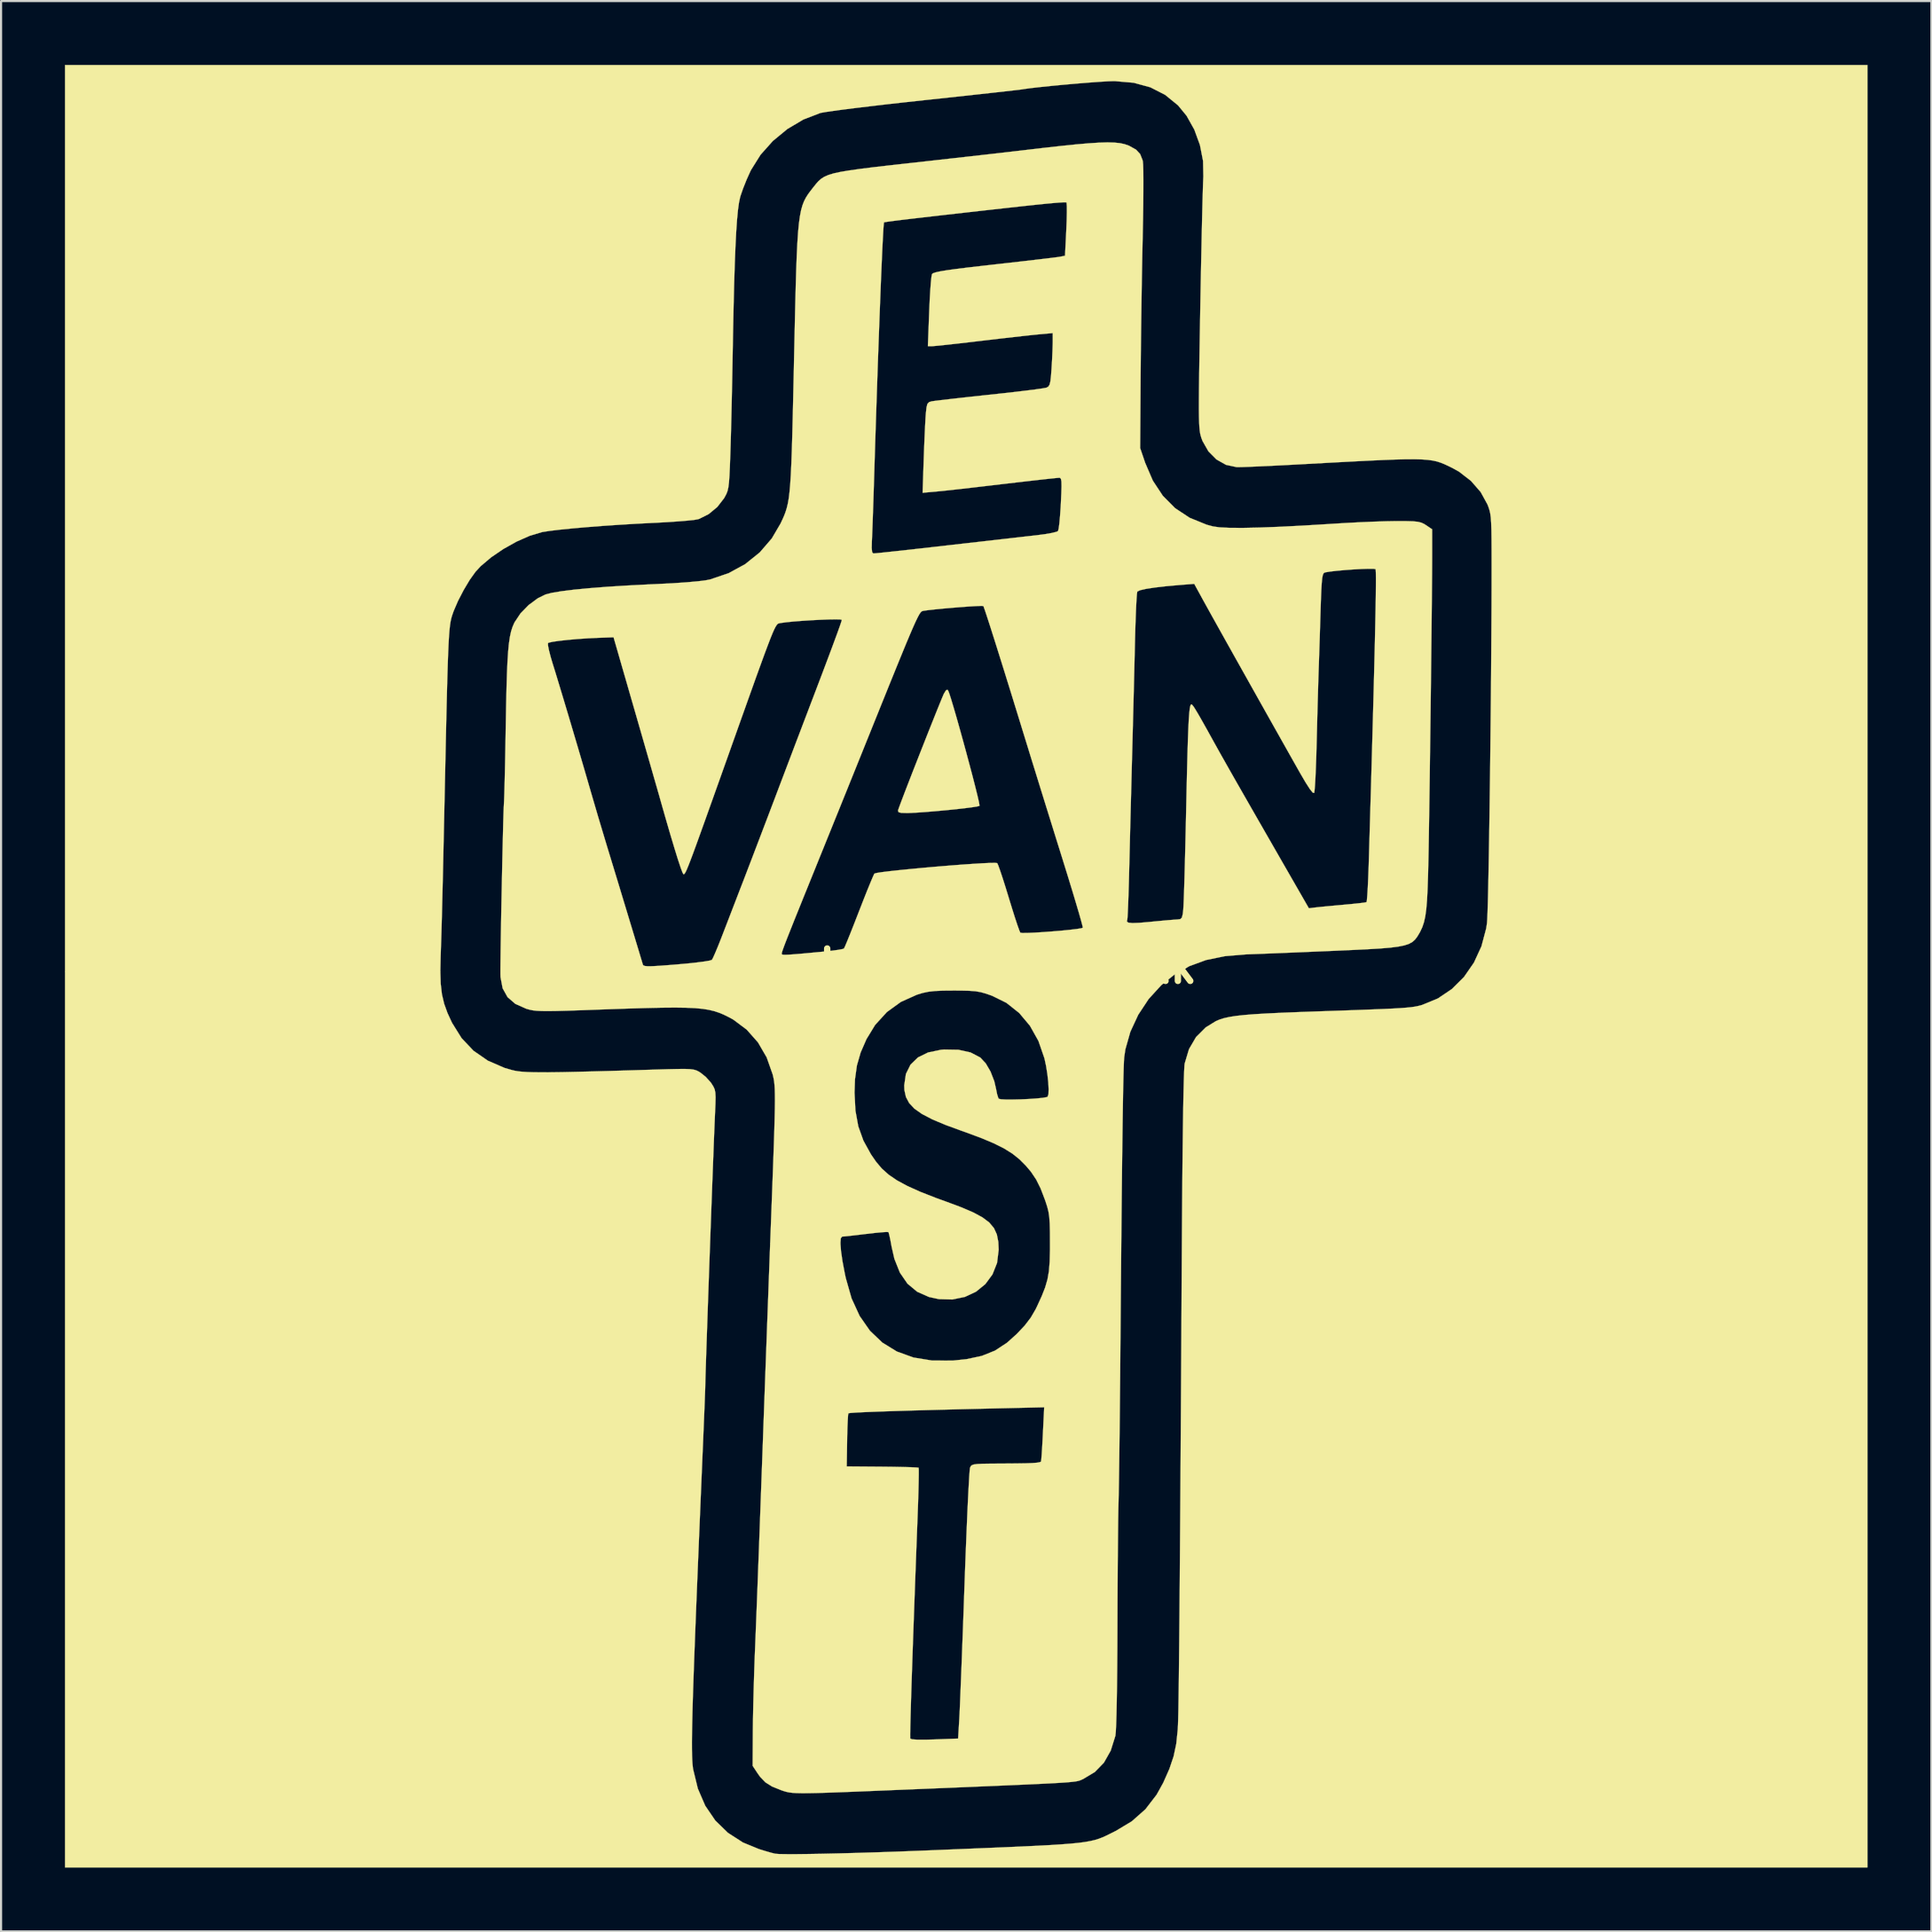
<source format=kicad_pcb>
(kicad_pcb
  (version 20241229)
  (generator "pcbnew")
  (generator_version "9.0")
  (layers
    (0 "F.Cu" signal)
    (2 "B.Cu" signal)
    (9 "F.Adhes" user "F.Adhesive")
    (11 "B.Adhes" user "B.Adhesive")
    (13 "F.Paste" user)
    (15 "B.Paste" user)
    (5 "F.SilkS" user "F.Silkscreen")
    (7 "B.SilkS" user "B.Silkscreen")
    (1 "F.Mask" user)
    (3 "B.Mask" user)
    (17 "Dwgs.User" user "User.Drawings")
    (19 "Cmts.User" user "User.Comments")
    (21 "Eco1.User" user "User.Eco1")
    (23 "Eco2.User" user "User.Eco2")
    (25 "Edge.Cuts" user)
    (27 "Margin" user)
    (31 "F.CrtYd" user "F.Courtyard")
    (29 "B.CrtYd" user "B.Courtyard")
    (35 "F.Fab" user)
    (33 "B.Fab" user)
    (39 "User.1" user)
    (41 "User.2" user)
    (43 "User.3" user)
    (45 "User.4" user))
  (footprint "east-van-inv-silk"
    (layer "F.Cu")
    (at 42.338 42.338)
    (property "Reference" "east-van-inv-silk" (at 0 0 0) (layer "F.SilkS") (effects (font (size 1.524 1.524) (thickness 0.3))))
    (attr through_hole)
    (fp_poly (pts (xy -0.849 -12.947) (xy -0.794 -12.806) (xy -0.706 -12.533) (xy -0.592 -12.152) (xy -0.457 -11.687) (xy -0.308 -11.161) (xy -0.152 -10.597) (xy 0.006 -10.019) (xy 0.158 -9.451) (xy 0.3 -8.915) (xy 0.423 -8.435) (xy 0.522 -8.035) (xy 0.591 -7.737) (xy 0.622 -7.566) (xy 0.622 -7.534) (xy 0.517 -7.505) (xy 0.275 -7.467) (xy -0.073 -7.422) (xy -0.497 -7.374) (xy -0.965 -7.327) (xy -1.446 -7.283) (xy -1.909 -7.245) (xy -2.323 -7.216) (xy -2.657 -7.199) (xy -2.798 -7.197) (xy -3.054 -7.204) (xy -3.178 -7.236) (xy -3.204 -7.306) (xy -3.196 -7.345) (xy -3.148 -7.482) (xy -3.047 -7.753) (xy -2.902 -8.134) (xy -2.722 -8.601) (xy -2.516 -9.131) (xy -2.293 -9.699) (xy -2.063 -10.283) (xy -1.836 -10.859) (xy -1.62 -11.402) (xy -1.425 -11.89) (xy -1.26 -12.299) (xy -1.135 -12.604) (xy -1.058 -12.783) (xy -1.045 -12.81) (xy -0.944 -12.97) (xy -0.875 -12.984) (xy -0.849 -12.947)) (stroke (width 0.01) (type solid)) (fill yes) (layer "F.SilkS"))
    (fp_poly (pts (xy 42.333 42.333) (xy -42.333 42.333) (xy -42.333 0.245) (xy -24.704 0.245) (xy -24.686 0.824) (xy -24.629 1.316) (xy -24.525 1.76) (xy -24.368 2.196) (xy -24.152 2.662) (xy -23.704 3.38) (xy -23.143 3.972) (xy -22.469 4.438) (xy -21.682 4.778) (xy -21.336 4.878) (xy -21.197 4.91) (xy -21.039 4.936) (xy -20.85 4.956) (xy -20.616 4.971) (xy -20.326 4.98) (xy -19.966 4.984) (xy -19.524 4.982) (xy -18.987 4.975) (xy -18.342 4.961) (xy -17.577 4.942) (xy -16.68 4.918) (xy -15.636 4.887) (xy -14.594 4.855) (xy -13.999 4.837) (xy -13.549 4.827) (xy -13.217 4.825) (xy -12.98 4.834) (xy -12.812 4.855) (xy -12.688 4.889) (xy -12.583 4.939) (xy -12.492 4.993) (xy -12.241 5.193) (xy -12.009 5.449) (xy -11.965 5.511) (xy -11.877 5.652) (xy -11.818 5.781) (xy -11.786 5.934) (xy -11.774 6.148) (xy -11.781 6.457) (xy -11.8 6.899) (xy -11.801 6.919) (xy -11.815 7.243) (xy -11.834 7.7) (xy -11.857 8.272) (xy -11.882 8.945) (xy -11.911 9.699) (xy -11.942 10.521) (xy -11.974 11.392) (xy -12.007 12.295) (xy -12.04 13.216) (xy -12.073 14.136) (xy -12.105 15.039) (xy -12.136 15.909) (xy -12.164 16.729) (xy -12.19 17.483) (xy -12.213 18.153) (xy -12.231 18.724) (xy -12.246 19.178) (xy -12.255 19.499) (xy -12.258 19.671) (xy -12.258 19.685) (xy -12.261 19.806) (xy -12.271 20.076) (xy -12.286 20.476) (xy -12.306 20.985) (xy -12.331 21.584) (xy -12.358 22.253) (xy -12.389 22.973) (xy -12.391 23.029) (xy -12.468 24.855) (xy -12.538 26.52) (xy -12.601 28.031) (xy -12.657 29.396) (xy -12.706 30.624) (xy -12.748 31.722) (xy -12.785 32.698) (xy -12.815 33.56) (xy -12.84 34.316) (xy -12.859 34.974) (xy -12.872 35.542) (xy -12.881 36.027) (xy -12.885 36.437) (xy -12.884 36.781) (xy -12.879 37.065) (xy -12.87 37.299) (xy -12.857 37.49) (xy -12.84 37.645) (xy -12.829 37.719) (xy -12.608 38.63) (xy -12.26 39.435) (xy -11.788 40.129) (xy -11.196 40.706) (xy -10.488 41.162) (xy -9.737 41.471) (xy -9.421 41.568) (xy -9.142 41.648) (xy -8.975 41.689) (xy -8.804 41.703) (xy -8.48 41.709) (xy -8.018 41.71) (xy -7.433 41.703) (xy -6.742 41.691) (xy -5.959 41.673) (xy -5.101 41.65) (xy -4.182 41.622) (xy -3.219 41.589) (xy -2.228 41.551) (xy -1.693 41.53) (xy -0.4 41.477) (xy 0.735 41.43) (xy 1.725 41.389) (xy 2.582 41.351) (xy 3.317 41.316) (xy 3.941 41.283) (xy 4.468 41.249) (xy 4.908 41.215) (xy 5.274 41.179) (xy 5.577 41.139) (xy 5.83 41.094) (xy 6.044 41.044) (xy 6.23 40.986) (xy 6.402 40.92) (xy 6.57 40.844) (xy 6.746 40.758) (xy 6.943 40.659) (xy 7.012 40.625) (xy 7.779 40.165) (xy 8.418 39.6) (xy 8.944 38.916) (xy 9.255 38.354) (xy 9.543 37.704) (xy 9.741 37.117) (xy 9.866 36.526) (xy 9.935 35.863) (xy 9.947 35.631) (xy 9.956 35.365) (xy 9.966 34.944) (xy 9.975 34.367) (xy 9.985 33.632) (xy 9.995 32.74) (xy 10.006 31.689) (xy 10.017 30.478) (xy 10.028 29.107) (xy 10.04 27.573) (xy 10.052 25.876) (xy 10.065 24.015) (xy 10.078 21.989) (xy 10.091 19.798) (xy 10.105 17.439) (xy 10.119 14.912) (xy 10.124 14.012) (xy 10.133 12.477) (xy 10.143 11.061) (xy 10.154 9.77) (xy 10.166 8.609) (xy 10.179 7.583) (xy 10.192 6.697) (xy 10.206 5.957) (xy 10.221 5.367) (xy 10.236 4.933) (xy 10.251 4.66) (xy 10.261 4.572) (xy 10.464 3.894) (xy 10.795 3.327) (xy 11.252 2.871) (xy 11.725 2.58) (xy 11.901 2.504) (xy 12.109 2.439) (xy 12.362 2.383) (xy 12.677 2.334) (xy 13.07 2.291) (xy 13.556 2.252) (xy 14.152 2.217) (xy 14.872 2.183) (xy 15.733 2.149) (xy 16.552 2.12) (xy 17.525 2.087) (xy 18.344 2.058) (xy 19.025 2.032) (xy 19.582 2.01) (xy 20.032 1.989) (xy 20.39 1.968) (xy 20.67 1.947) (xy 20.889 1.925) (xy 21.063 1.901) (xy 21.205 1.873) (xy 21.332 1.842) (xy 21.421 1.816) (xy 22.154 1.514) (xy 22.812 1.071) (xy 23.382 0.504) (xy 23.849 -0.17) (xy 24.201 -0.934) (xy 24.424 -1.771) (xy 24.461 -2.014) (xy 24.474 -2.193) (xy 24.488 -2.527) (xy 24.503 -3.004) (xy 24.518 -3.609) (xy 24.533 -4.329) (xy 24.548 -5.149) (xy 24.564 -6.057) (xy 24.579 -7.038) (xy 24.593 -8.08) (xy 24.608 -9.167) (xy 24.621 -10.287) (xy 24.633 -11.426) (xy 24.645 -12.571) (xy 24.655 -13.706) (xy 24.663 -14.82) (xy 24.67 -15.898) (xy 24.676 -16.926) (xy 24.679 -17.891) (xy 24.68 -18.78) (xy 24.68 -18.796) (xy 24.679 -19.502) (xy 24.676 -20.06) (xy 24.67 -20.494) (xy 24.658 -20.825) (xy 24.641 -21.075) (xy 24.615 -21.268) (xy 24.579 -21.424) (xy 24.533 -21.567) (xy 24.483 -21.696) (xy 24.165 -22.275) (xy 23.71 -22.797) (xy 23.151 -23.23) (xy 22.831 -23.408) (xy 22.637 -23.503) (xy 22.461 -23.584) (xy 22.291 -23.653) (xy 22.114 -23.71) (xy 21.916 -23.754) (xy 21.685 -23.786) (xy 21.406 -23.807) (xy 21.067 -23.816) (xy 20.655 -23.815) (xy 20.157 -23.802) (xy 19.559 -23.779) (xy 18.847 -23.746) (xy 18.01 -23.703) (xy 17.034 -23.651) (xy 15.905 -23.589) (xy 15.579 -23.571) (xy 14.92 -23.536) (xy 14.304 -23.505) (xy 13.754 -23.48) (xy 13.294 -23.46) (xy 12.948 -23.448) (xy 12.739 -23.444) (xy 12.704 -23.445) (xy 12.203 -23.552) (xy 11.752 -23.807) (xy 11.376 -24.187) (xy 11.099 -24.674) (xy 11.044 -24.821) (xy 11.015 -24.918) (xy 10.989 -25.024) (xy 10.969 -25.154) (xy 10.953 -25.319) (xy 10.941 -25.532) (xy 10.933 -25.807) (xy 10.929 -26.157) (xy 10.93 -26.594) (xy 10.934 -27.132) (xy 10.942 -27.784) (xy 10.954 -28.561) (xy 10.969 -29.478) (xy 10.988 -30.548) (xy 10.994 -30.903) (xy 11.012 -31.881) (xy 11.03 -32.822) (xy 11.049 -33.711) (xy 11.066 -34.53) (xy 11.083 -35.265) (xy 11.099 -35.9) (xy 11.114 -36.418) (xy 11.126 -36.805) (xy 11.136 -37.044) (xy 11.139 -37.092) (xy 11.125 -37.826) (xy 10.978 -38.576) (xy 10.715 -39.298) (xy 10.351 -39.949) (xy 9.949 -40.439) (xy 9.342 -40.933) (xy 8.649 -41.287) (xy 7.865 -41.501) (xy 6.985 -41.577) (xy 6.943 -41.578) (xy 6.666 -41.569) (xy 6.257 -41.545) (xy 5.752 -41.508) (xy 5.186 -41.462) (xy 4.596 -41.41) (xy 4.017 -41.355) (xy 3.485 -41.3) (xy 3.036 -41.249) (xy 2.706 -41.204) (xy 2.625 -41.19) (xy 2.501 -41.174) (xy 2.226 -41.142) (xy 1.816 -41.096) (xy 1.288 -41.037) (xy 0.657 -40.967) (xy -0.059 -40.889) (xy -0.844 -40.804) (xy -1.681 -40.714) (xy -1.99 -40.681) (xy -2.852 -40.587) (xy -3.676 -40.495) (xy -4.444 -40.405) (xy -5.139 -40.322) (xy -5.742 -40.246) (xy -6.235 -40.18) (xy -6.601 -40.126) (xy -6.823 -40.087) (xy -6.858 -40.079) (xy -7.65 -39.774) (xy -8.401 -39.329) (xy -9.082 -38.768) (xy -9.662 -38.118) (xy -10.109 -37.404) (xy -10.143 -37.334) (xy -10.319 -36.944) (xy -10.481 -36.539) (xy -10.601 -36.191) (xy -10.624 -36.11) (xy -10.676 -35.862) (xy -10.724 -35.516) (xy -10.767 -35.065) (xy -10.806 -34.499) (xy -10.841 -33.809) (xy -10.873 -32.989) (xy -10.903 -32.028) (xy -10.93 -30.918) (xy -10.956 -29.651) (xy -10.966 -29.083) (xy -10.981 -28.258) (xy -10.997 -27.413) (xy -11.015 -26.581) (xy -11.033 -25.794) (xy -11.051 -25.083) (xy -11.068 -24.48) (xy -11.082 -24.04) (xy -11.103 -23.469) (xy -11.123 -23.039) (xy -11.146 -22.723) (xy -11.175 -22.493) (xy -11.214 -22.322) (xy -11.268 -22.181) (xy -11.341 -22.044) (xy -11.376 -21.983) (xy -11.692 -21.575) (xy -12.099 -21.238) (xy -12.543 -21.015) (xy -12.606 -20.996) (xy -12.781 -20.965) (xy -13.095 -20.932) (xy -13.518 -20.897) (xy -14.019 -20.863) (xy -14.569 -20.832) (xy -14.732 -20.825) (xy -15.511 -20.785) (xy -16.304 -20.737) (xy -17.084 -20.684) (xy -17.825 -20.626) (xy -18.503 -20.566) (xy -19.092 -20.507) (xy -19.566 -20.45) (xy -19.901 -20.398) (xy -19.936 -20.391) (xy -20.502 -20.221) (xy -21.118 -19.949) (xy -21.737 -19.603) (xy -22.314 -19.21) (xy -22.801 -18.799) (xy -23.049 -18.532) (xy -23.324 -18.148) (xy -23.609 -17.67) (xy -23.873 -17.16) (xy -24.08 -16.68) (xy -24.165 -16.433) (xy -24.197 -16.31) (xy -24.226 -16.168) (xy -24.252 -15.995) (xy -24.275 -15.778) (xy -24.296 -15.506) (xy -24.316 -15.166) (xy -24.335 -14.745) (xy -24.354 -14.232) (xy -24.373 -13.614) (xy -24.393 -12.879) (xy -24.414 -12.015) (xy -24.437 -11.009) (xy -24.462 -9.849) (xy -24.469 -9.525) (xy -24.498 -8.176) (xy -24.524 -6.983) (xy -24.547 -5.934) (xy -24.567 -5.014) (xy -24.585 -4.211) (xy -24.602 -3.512) (xy -24.617 -2.904) (xy -24.63 -2.373) (xy -24.643 -1.906) (xy -24.655 -1.491) (xy -24.667 -1.115) (xy -24.679 -0.763) (xy -24.689 -0.462) (xy -24.704 0.245) (xy -42.333 0.245) (xy -42.333 -42.333) (xy 42.333 -42.333) (xy 42.333 42.333)) (stroke (width 0.01) (type solid)) (fill yes) (layer "F.SilkS"))
    (fp_poly (pts (xy 6.96 -38.69) (xy 7.222 -38.663) (xy 7.436 -38.617) (xy 7.619 -38.554) (xy 7.662 -38.535) (xy 7.978 -38.358) (xy 8.17 -38.152) (xy 8.283 -37.865) (xy 8.296 -37.808) (xy 8.309 -37.659) (xy 8.318 -37.361) (xy 8.321 -36.934) (xy 8.32 -36.399) (xy 8.315 -35.777) (xy 8.305 -35.088) (xy 8.29 -34.352) (xy 8.288 -34.229) (xy 8.268 -33.307) (xy 8.249 -32.269) (xy 8.232 -31.166) (xy 8.216 -30.052) (xy 8.203 -28.98) (xy 8.194 -28.001) (xy 8.191 -27.644) (xy 8.17 -24.342) (xy 8.404 -23.651) (xy 8.766 -22.809) (xy 9.236 -22.097) (xy 9.814 -21.515) (xy 10.5 -21.063) (xy 11.296 -20.74) (xy 11.596 -20.659) (xy 11.901 -20.616) (xy 12.37 -20.593) (xy 13 -20.59) (xy 13.788 -20.607) (xy 14.73 -20.643) (xy 15.823 -20.699) (xy 17.063 -20.774) (xy 17.23 -20.785) (xy 17.863 -20.823) (xy 18.521 -20.857) (xy 19.157 -20.884) (xy 19.722 -20.902) (xy 20.171 -20.91) (xy 20.202 -20.91) (xy 20.663 -20.909) (xy 20.989 -20.9) (xy 21.216 -20.877) (xy 21.378 -20.837) (xy 21.511 -20.775) (xy 21.599 -20.719) (xy 21.886 -20.525) (xy 21.886 -19.343) (xy 21.885 -18.957) (xy 21.882 -18.421) (xy 21.876 -17.754) (xy 21.869 -16.973) (xy 21.86 -16.097) (xy 21.849 -15.147) (xy 21.838 -14.139) (xy 21.826 -13.093) (xy 21.813 -12.028) (xy 21.799 -10.962) (xy 21.785 -9.914) (xy 21.772 -8.903) (xy 21.758 -7.947) (xy 21.745 -7.066) (xy 21.733 -6.278) (xy 21.722 -5.601) (xy 21.712 -5.08) (xy 21.693 -4.275) (xy 21.671 -3.619) (xy 21.644 -3.09) (xy 21.608 -2.668) (xy 21.561 -2.332) (xy 21.5 -2.062) (xy 21.424 -1.835) (xy 21.329 -1.633) (xy 21.285 -1.553) (xy 21.187 -1.389) (xy 21.084 -1.253) (xy 20.96 -1.142) (xy 20.799 -1.052) (xy 20.585 -0.98) (xy 20.299 -0.922) (xy 19.926 -0.874) (xy 19.449 -0.834) (xy 18.852 -0.798) (xy 18.117 -0.762) (xy 17.314 -0.726) (xy 16.555 -0.694) (xy 15.798 -0.662) (xy 15.075 -0.632) (xy 14.413 -0.605) (xy 13.842 -0.583) (xy 13.391 -0.566) (xy 13.166 -0.558) (xy 12.156 -0.474) (xy 11.268 -0.292) (xy 10.482 -0.004) (xy 9.776 0.397) (xy 9.163 0.889) (xy 8.571 1.537) (xy 8.08 2.28) (xy 7.709 3.08) (xy 7.476 3.901) (xy 7.42 4.282) (xy 7.408 4.463) (xy 7.396 4.769) (xy 7.384 5.204) (xy 7.371 5.771) (xy 7.359 6.474) (xy 7.346 7.317) (xy 7.333 8.303) (xy 7.319 9.435) (xy 7.305 10.718) (xy 7.291 12.154) (xy 7.276 13.748) (xy 7.261 15.502) (xy 7.245 17.421) (xy 7.238 18.246) (xy 7.23 19.252) (xy 7.22 20.241) (xy 7.211 21.193) (xy 7.201 22.091) (xy 7.191 22.916) (xy 7.181 23.65) (xy 7.172 24.274) (xy 7.163 24.771) (xy 7.155 25.121) (xy 7.153 25.188) (xy 7.145 25.52) (xy 7.137 26) (xy 7.13 26.607) (xy 7.123 27.319) (xy 7.116 28.114) (xy 7.111 28.973) (xy 7.106 29.872) (xy 7.103 30.791) (xy 7.102 31.115) (xy 7.098 32.1) (xy 7.091 33.01) (xy 7.082 33.831) (xy 7.07 34.55) (xy 7.057 35.155) (xy 7.042 35.631) (xy 7.025 35.965) (xy 7.007 36.145) (xy 7.005 36.153) (xy 6.787 36.848) (xy 6.468 37.411) (xy 6.041 37.851) (xy 5.5 38.176) (xy 5.481 38.184) (xy 5.423 38.211) (xy 5.37 38.234) (xy 5.312 38.256) (xy 5.24 38.275) (xy 5.142 38.293) (xy 5.008 38.31) (xy 4.829 38.328) (xy 4.595 38.346) (xy 4.294 38.365) (xy 3.917 38.386) (xy 3.454 38.409) (xy 2.894 38.435) (xy 2.228 38.464) (xy 1.444 38.498) (xy 0.534 38.536) (xy -0.514 38.58) (xy -1.709 38.629) (xy -3.061 38.685) (xy -3.26 38.693) (xy -4.291 38.736) (xy -5.167 38.772) (xy -5.902 38.8) (xy -6.511 38.822) (xy -7.008 38.837) (xy -7.408 38.845) (xy -7.724 38.846) (xy -7.971 38.841) (xy -8.163 38.829) (xy -8.315 38.81) (xy -8.441 38.784) (xy -8.555 38.752) (xy -8.671 38.713) (xy -8.689 38.706) (xy -9.119 38.533) (xy -9.432 38.337) (xy -9.68 38.081) (xy -9.8 37.912) (xy -10.033 37.559) (xy -10.023 35.903) (xy -10.016 35.333) (xy -10.002 34.643) (xy -9.982 33.881) (xy -9.958 33.097) (xy -9.931 32.339) (xy -9.915 31.962) (xy -9.897 31.509) (xy -9.873 30.906) (xy -9.844 30.17) (xy -9.811 29.321) (xy -9.776 28.377) (xy -9.737 27.357) (xy -9.697 26.278) (xy -9.656 25.16) (xy -9.614 24.02) (xy -9.595 23.495) (xy -5.614 23.495) (xy -3.944 23.508) (xy -3.43 23.514) (xy -2.976 23.523) (xy -2.609 23.533) (xy -2.355 23.545) (xy -2.24 23.557) (xy -2.237 23.559) (xy -2.23 23.65) (xy -2.23 23.887) (xy -2.236 24.249) (xy -2.247 24.712) (xy -2.264 25.255) (xy -2.285 25.831) (xy -2.347 27.469) (xy -2.403 28.982) (xy -2.453 30.365) (xy -2.498 31.615) (xy -2.536 32.728) (xy -2.569 33.698) (xy -2.595 34.521) (xy -2.614 35.193) (xy -2.627 35.711) (xy -2.633 36.068) (xy -2.632 36.262) (xy -2.631 36.28) (xy -2.546 36.314) (xy -2.301 36.332) (xy -1.909 36.333) (xy -1.503 36.322) (xy -0.381 36.28) (xy -0.325 35.348) (xy -0.312 35.097) (xy -0.294 34.694) (xy -0.272 34.157) (xy -0.246 33.505) (xy -0.216 32.754) (xy -0.185 31.923) (xy -0.151 31.029) (xy -0.117 30.091) (xy -0.083 29.126) (xy -0.081 29.083) (xy -0.047 28.144) (xy -0.012 27.251) (xy 0.022 26.42) (xy 0.054 25.666) (xy 0.085 25.003) (xy 0.114 24.447) (xy 0.139 24.012) (xy 0.16 23.714) (xy 0.176 23.568) (xy 0.179 23.558) (xy 0.21 23.49) (xy 0.261 23.44) (xy 0.356 23.405) (xy 0.52 23.383) (xy 0.777 23.371) (xy 1.153 23.365) (xy 1.672 23.362) (xy 1.712 23.362) (xy 2.321 23.357) (xy 2.78 23.35) (xy 3.109 23.338) (xy 3.328 23.321) (xy 3.457 23.297) (xy 3.513 23.269) (xy 3.525 23.179) (xy 3.544 22.95) (xy 3.566 22.613) (xy 3.589 22.197) (xy 3.6 21.979) (xy 3.662 20.718) (xy 0.963 20.78) (xy -0.338 20.811) (xy -1.504 20.841) (xy -2.531 20.869) (xy -3.415 20.896) (xy -4.152 20.921) (xy -4.736 20.944) (xy -5.164 20.965) (xy -5.432 20.984) (xy -5.534 21) (xy -5.535 21) (xy -5.551 21.095) (xy -5.566 21.329) (xy -5.581 21.669) (xy -5.592 22.085) (xy -5.595 22.268) (xy -5.614 23.495) (xy -9.595 23.495) (xy -9.572 22.879) (xy -9.565 22.691) (xy -9.523 21.515) (xy -9.479 20.313) (xy -9.435 19.106) (xy -9.391 17.915) (xy -9.349 16.764) (xy -9.308 15.672) (xy -9.271 14.664) (xy -9.237 13.759) (xy -9.209 13.007) (xy -5.91 13.007) (xy -5.883 13.37) (xy -5.814 13.853) (xy -5.702 14.444) (xy -5.659 14.647) (xy -5.385 15.606) (xy -5.006 16.431) (xy -4.524 17.122) (xy -3.942 17.678) (xy -3.26 18.098) (xy -2.48 18.38) (xy -1.604 18.523) (xy -0.634 18.526) (xy 0.017 18.457) (xy 0.736 18.303) (xy 1.353 18.055) (xy 1.915 17.686) (xy 2.374 17.274) (xy 2.752 16.872) (xy 3.033 16.504) (xy 3.261 16.111) (xy 3.324 15.982) (xy 3.544 15.502) (xy 3.705 15.095) (xy 3.815 14.718) (xy 3.884 14.326) (xy 3.92 13.876) (xy 3.934 13.323) (xy 3.934 12.996) (xy 3.932 12.474) (xy 3.922 12.083) (xy 3.901 11.784) (xy 3.865 11.538) (xy 3.808 11.307) (xy 3.726 11.053) (xy 3.695 10.964) (xy 3.493 10.436) (xy 3.285 10.019) (xy 3.041 9.655) (xy 2.8 9.37) (xy 2.502 9.071) (xy 2.17 8.805) (xy 1.777 8.559) (xy 1.299 8.32) (xy 0.712 8.073) (xy -0.009 7.805) (xy -0.207 7.735) (xy -0.978 7.453) (xy -1.597 7.192) (xy -2.078 6.941) (xy -2.435 6.69) (xy -2.682 6.426) (xy -2.833 6.14) (xy -2.904 5.819) (xy -2.912 5.596) (xy -2.834 5.061) (xy -2.617 4.623) (xy -2.268 4.284) (xy -1.791 4.05) (xy -1.19 3.925) (xy -1.041 3.912) (xy -0.366 3.924) (xy 0.204 4.05) (xy 0.658 4.287) (xy 0.666 4.294) (xy 0.917 4.564) (xy 1.143 4.95) (xy 1.317 5.4) (xy 1.399 5.757) (xy 1.449 6.007) (xy 1.506 6.186) (xy 1.527 6.224) (xy 1.631 6.25) (xy 1.865 6.263) (xy 2.189 6.263) (xy 2.564 6.254) (xy 2.95 6.236) (xy 3.308 6.211) (xy 3.6 6.181) (xy 3.785 6.147) (xy 3.819 6.133) (xy 3.861 6.02) (xy 3.871 5.78) (xy 3.854 5.45) (xy 3.812 5.069) (xy 3.749 4.674) (xy 3.673 4.324) (xy 3.393 3.512) (xy 2.994 2.799) (xy 2.489 2.197) (xy 1.888 1.72) (xy 1.216 1.388) (xy 0.928 1.287) (xy 0.682 1.218) (xy 0.432 1.175) (xy 0.134 1.153) (xy -0.258 1.144) (xy -0.593 1.143) (xy -1.096 1.147) (xy -1.475 1.164) (xy -1.775 1.198) (xy -2.041 1.254) (xy -2.318 1.338) (xy -2.321 1.339) (xy -3.072 1.677) (xy -3.728 2.153) (xy -4.279 2.757) (xy -4.684 3.42) (xy -4.96 4.052) (xy -5.136 4.662) (xy -5.227 5.315) (xy -5.248 5.939) (xy -5.205 6.783) (xy -5.071 7.519) (xy -4.832 8.189) (xy -4.475 8.837) (xy -4.23 9.191) (xy -3.964 9.505) (xy -3.645 9.791) (xy -3.251 10.06) (xy -2.763 10.324) (xy -2.16 10.595) (xy -1.423 10.884) (xy -0.967 11.049) (xy -0.248 11.317) (xy 0.322 11.561) (xy 0.76 11.796) (xy 1.081 12.038) (xy 1.302 12.301) (xy 1.438 12.6) (xy 1.507 12.949) (xy 1.524 13.319) (xy 1.448 13.935) (xy 1.233 14.477) (xy 0.897 14.932) (xy 0.459 15.289) (xy -0.063 15.533) (xy -0.65 15.654) (xy -1.283 15.638) (xy -1.749 15.537) (xy -2.304 15.291) (xy -2.759 14.912) (xy -3.115 14.396) (xy -3.375 13.744) (xy -3.503 13.185) (xy -3.561 12.87) (xy -3.613 12.627) (xy -3.65 12.497) (xy -3.655 12.488) (xy -3.749 12.483) (xy -3.977 12.498) (xy -4.304 12.529) (xy -4.697 12.575) (xy -4.701 12.575) (xy -5.104 12.624) (xy -5.453 12.664) (xy -5.707 12.691) (xy -5.829 12.7) (xy -5.892 12.779) (xy -5.91 13.007) (xy -9.209 13.007) (xy -9.208 12.981) (xy -9.184 12.361) (xy -9.138 11.141) (xy -9.098 10.078) (xy -9.064 9.16) (xy -9.037 8.375) (xy -9.015 7.711) (xy -9 7.155) (xy -8.99 6.695) (xy -8.986 6.32) (xy -8.988 6.018) (xy -8.994 5.775) (xy -9.006 5.58) (xy -9.023 5.422) (xy -9.045 5.287) (xy -9.072 5.163) (xy -9.092 5.08) (xy -9.375 4.279) (xy -9.785 3.574) (xy -10.311 2.979) (xy -10.941 2.508) (xy -11.134 2.402) (xy -11.365 2.287) (xy -11.59 2.191) (xy -11.825 2.112) (xy -12.085 2.049) (xy -12.384 2.001) (xy -12.739 1.968) (xy -13.165 1.949) (xy -13.677 1.942) (xy -14.291 1.947) (xy -15.021 1.963) (xy -15.883 1.988) (xy -16.893 2.023) (xy -17.359 2.04) (xy -18.134 2.068) (xy -18.76 2.089) (xy -19.257 2.102) (xy -19.644 2.107) (xy -19.942 2.104) (xy -20.169 2.093) (xy -20.347 2.074) (xy -20.495 2.045) (xy -20.633 2.007) (xy -20.67 1.996) (xy -21.179 1.769) (xy -21.546 1.452) (xy -21.777 1.036) (xy -21.876 0.515) (xy -21.881 0.381) (xy -21.881 0.127) (xy -21.877 -0.262) (xy -21.871 -0.762) (xy -21.862 -1.354) (xy -21.851 -2.014) (xy -21.838 -2.721) (xy -21.823 -3.454) (xy -21.808 -4.191) (xy -21.793 -4.909) (xy -21.777 -5.588) (xy -21.762 -6.205) (xy -21.749 -6.739) (xy -21.736 -7.167) (xy -21.725 -7.47) (xy -21.717 -7.62) (xy -21.708 -7.79) (xy -21.697 -8.108) (xy -21.685 -8.552) (xy -21.671 -9.102) (xy -21.658 -9.735) (xy -21.645 -10.431) (xy -21.632 -11.167) (xy -21.631 -11.218) (xy -21.614 -12.206) (xy -21.595 -13.041) (xy -21.574 -13.738) (xy -21.549 -14.313) (xy -21.518 -14.783) (xy -21.49 -15.077) (xy -19.648 -15.077) (xy -19.603 -14.849) (xy -19.521 -14.531) (xy -19.43 -14.224) (xy -19.29 -13.773) (xy -19.113 -13.19) (xy -18.906 -12.504) (xy -18.679 -11.747) (xy -18.442 -10.948) (xy -18.202 -10.137) (xy -17.969 -9.345) (xy -17.753 -8.602) (xy -17.652 -8.255) (xy -17.485 -7.682) (xy -17.289 -7.015) (xy -17.082 -6.323) (xy -16.886 -5.673) (xy -16.809 -5.419) (xy -16.65 -4.898) (xy -16.473 -4.317) (xy -16.285 -3.698) (xy -16.093 -3.064) (xy -15.903 -2.437) (xy -15.722 -1.84) (xy -15.557 -1.294) (xy -15.414 -0.823) (xy -15.302 -0.449) (xy -15.225 -0.194) (xy -15.193 -0.084) (xy -15.165 -0.04) (xy -15.094 -0.012) (xy -14.96 0.001) (xy -14.737 -0.002) (xy -14.405 -0.021) (xy -13.94 -0.056) (xy -13.593 -0.084) (xy -13.094 -0.129) (xy -12.651 -0.177) (xy -12.294 -0.223) (xy -12.051 -0.265) (xy -11.949 -0.297) (xy -11.891 -0.403) (xy -11.805 -0.595) (xy -8.667 -0.595) (xy -8.665 -0.569) (xy -8.657 -0.557) (xy -8.614 -0.542) (xy -8.514 -0.537) (xy -8.336 -0.543) (xy -8.062 -0.562) (xy -7.671 -0.595) (xy -7.145 -0.644) (xy -6.689 -0.687) (xy -6.317 -0.728) (xy -6.011 -0.77) (xy -5.807 -0.808) (xy -5.745 -0.831) (xy -5.699 -0.924) (xy -5.603 -1.151) (xy -5.465 -1.489) (xy -5.297 -1.913) (xy -5.107 -2.399) (xy -5.036 -2.582) (xy -4.839 -3.087) (xy -4.66 -3.538) (xy -4.507 -3.913) (xy -4.391 -4.187) (xy -4.323 -4.335) (xy -4.311 -4.352) (xy -4.209 -4.381) (xy -3.963 -4.42) (xy -3.597 -4.465) (xy -3.136 -4.515) (xy -2.602 -4.568) (xy -2.021 -4.623) (xy -1.416 -4.676) (xy -0.811 -4.726) (xy -0.231 -4.771) (xy 0.3 -4.808) (xy 0.758 -4.836) (xy 1.12 -4.853) (xy 1.36 -4.856) (xy 1.455 -4.844) (xy 1.502 -4.743) (xy 1.588 -4.505) (xy 1.704 -4.157) (xy 1.841 -3.727) (xy 1.991 -3.24) (xy 2 -3.209) (xy 2.15 -2.72) (xy 2.287 -2.286) (xy 2.404 -1.933) (xy 2.491 -1.689) (xy 2.539 -1.578) (xy 2.541 -1.576) (xy 2.641 -1.562) (xy 2.876 -1.564) (xy 3.21 -1.578) (xy 3.61 -1.603) (xy 4.042 -1.635) (xy 4.471 -1.671) (xy 4.864 -1.71) (xy 5.185 -1.748) (xy 5.401 -1.783) (xy 5.476 -1.807) (xy 5.461 -1.894) (xy 5.408 -2.097) (xy 7.545 -2.097) (xy 7.621 -2.046) (xy 7.81 -2.028) (xy 8.129 -2.039) (xy 8.596 -2.079) (xy 8.652 -2.085) (xy 9.076 -2.126) (xy 9.457 -2.161) (xy 9.753 -2.185) (xy 9.921 -2.196) (xy 10.055 -2.213) (xy 10.13 -2.286) (xy 10.172 -2.456) (xy 10.194 -2.646) (xy 10.205 -2.819) (xy 10.219 -3.142) (xy 10.235 -3.598) (xy 10.253 -4.167) (xy 10.271 -4.831) (xy 10.29 -5.572) (xy 10.309 -6.37) (xy 10.328 -7.208) (xy 10.329 -7.239) (xy 10.352 -8.319) (xy 10.374 -9.242) (xy 10.394 -10.018) (xy 10.414 -10.658) (xy 10.434 -11.174) (xy 10.454 -11.578) (xy 10.476 -11.88) (xy 10.499 -12.092) (xy 10.525 -12.226) (xy 10.554 -12.291) (xy 10.587 -12.301) (xy 10.607 -12.286) (xy 10.667 -12.214) (xy 10.754 -12.082) (xy 10.881 -11.871) (xy 11.056 -11.566) (xy 11.291 -11.148) (xy 11.596 -10.598) (xy 11.604 -10.583) (xy 11.776 -10.274) (xy 11.967 -9.932) (xy 12.187 -9.543) (xy 12.441 -9.094) (xy 12.739 -8.571) (xy 13.088 -7.961) (xy 13.495 -7.25) (xy 13.969 -6.424) (xy 14.517 -5.47) (xy 14.725 -5.107) (xy 16.096 -2.722) (xy 16.367 -2.756) (xy 16.555 -2.777) (xy 16.869 -2.808) (xy 17.264 -2.845) (xy 17.693 -2.884) (xy 18.099 -2.922) (xy 18.442 -2.958) (xy 18.687 -2.988) (xy 18.8 -3.009) (xy 18.803 -3.01) (xy 18.82 -3.1) (xy 18.84 -3.336) (xy 18.862 -3.693) (xy 18.883 -4.147) (xy 18.903 -4.674) (xy 18.914 -5.014) (xy 18.97 -6.938) (xy 19.021 -8.697) (xy 19.066 -10.296) (xy 19.106 -11.74) (xy 19.141 -13.032) (xy 19.17 -14.178) (xy 19.195 -15.182) (xy 19.214 -16.049) (xy 19.229 -16.783) (xy 19.239 -17.389) (xy 19.244 -17.871) (xy 19.245 -18.234) (xy 19.242 -18.482) (xy 19.234 -18.62) (xy 19.226 -18.654) (xy 19.123 -18.67) (xy 18.89 -18.671) (xy 18.565 -18.66) (xy 18.185 -18.639) (xy 17.788 -18.61) (xy 17.413 -18.576) (xy 17.097 -18.54) (xy 16.879 -18.504) (xy 16.837 -18.493) (xy 16.789 -18.461) (xy 16.752 -18.381) (xy 16.722 -18.232) (xy 16.699 -17.993) (xy 16.678 -17.644) (xy 16.659 -17.162) (xy 16.644 -16.698) (xy 16.625 -16.077) (xy 16.605 -15.426) (xy 16.584 -14.798) (xy 16.566 -14.242) (xy 16.552 -13.843) (xy 16.539 -13.443) (xy 16.524 -12.913) (xy 16.506 -12.292) (xy 16.488 -11.618) (xy 16.471 -10.931) (xy 16.46 -10.499) (xy 16.444 -9.895) (xy 16.424 -9.344) (xy 16.404 -8.869) (xy 16.382 -8.494) (xy 16.361 -8.242) (xy 16.344 -8.139) (xy 16.277 -8.155) (xy 16.142 -8.321) (xy 15.938 -8.64) (xy 15.686 -9.07) (xy 15.396 -9.583) (xy 15.056 -10.186) (xy 14.676 -10.861) (xy 14.268 -11.586) (xy 13.842 -12.344) (xy 13.41 -13.114) (xy 12.982 -13.877) (xy 12.569 -14.613) (xy 12.183 -15.303) (xy 11.834 -15.928) (xy 11.533 -16.467) (xy 11.292 -16.902) (xy 11.12 -17.213) (xy 11.096 -17.257) (xy 10.71 -17.962) (xy 10.033 -17.909) (xy 9.395 -17.852) (xy 8.86 -17.79) (xy 8.445 -17.726) (xy 8.165 -17.662) (xy 8.038 -17.601) (xy 8.036 -17.598) (xy 8.018 -17.492) (xy 7.999 -17.239) (xy 7.979 -16.862) (xy 7.96 -16.384) (xy 7.941 -15.828) (xy 7.925 -15.216) (xy 7.924 -15.165) (xy 7.908 -14.476) (xy 7.888 -13.661) (xy 7.866 -12.768) (xy 7.842 -11.84) (xy 7.818 -10.922) (xy 7.796 -10.06) (xy 7.789 -9.821) (xy 7.767 -8.988) (xy 7.744 -8.09) (xy 7.72 -7.17) (xy 7.697 -6.273) (xy 7.677 -5.443) (xy 7.659 -4.724) (xy 7.654 -4.53) (xy 7.639 -3.923) (xy 7.622 -3.373) (xy 7.605 -2.901) (xy 7.589 -2.529) (xy 7.575 -2.282) (xy 7.563 -2.181) (xy 7.563 -2.18) (xy 7.545 -2.097) (xy 5.408 -2.097) (xy 5.4 -2.126) (xy 5.299 -2.484) (xy 5.161 -2.95) (xy 4.994 -3.508) (xy 4.801 -4.139) (xy 4.588 -4.826) (xy 4.531 -5.011) (xy 4.263 -5.867) (xy 3.97 -6.809) (xy 3.664 -7.791) (xy 3.361 -8.769) (xy 3.073 -9.698) (xy 2.815 -10.535) (xy 2.696 -10.922) (xy 2.375 -11.964) (xy 2.075 -12.935) (xy 1.798 -13.827) (xy 1.548 -14.627) (xy 1.328 -15.325) (xy 1.142 -15.911) (xy 0.992 -16.373) (xy 0.884 -16.702) (xy 0.819 -16.885) (xy 0.803 -16.921) (xy 0.71 -16.927) (xy 0.482 -16.919) (xy 0.155 -16.9) (xy -0.239 -16.871) (xy -0.664 -16.837) (xy -1.087 -16.8) (xy -1.473 -16.762) (xy -1.789 -16.727) (xy -1.999 -16.698) (xy -2.061 -16.684) (xy -2.102 -16.661) (xy -2.148 -16.612) (xy -2.205 -16.528) (xy -2.277 -16.396) (xy -2.369 -16.206) (xy -2.486 -15.947) (xy -2.633 -15.608) (xy -2.814 -15.177) (xy -3.034 -14.643) (xy -3.298 -13.996) (xy -3.611 -13.225) (xy -3.977 -12.318) (xy -4.386 -11.303) (xy -4.714 -10.489) (xy -5.087 -9.563) (xy -5.487 -8.571) (xy -5.896 -7.558) (xy -6.296 -6.569) (xy -6.668 -5.649) (xy -6.864 -5.165) (xy -7.252 -4.205) (xy -7.582 -3.39) (xy -7.857 -2.708) (xy -8.083 -2.147) (xy -8.263 -1.695) (xy -8.404 -1.339) (xy -8.509 -1.069) (xy -8.583 -0.871) (xy -8.631 -0.734) (xy -8.658 -0.646) (xy -8.667 -0.595) (xy -11.805 -0.595) (xy -11.787 -0.636) (xy -11.649 -0.967) (xy -11.492 -1.364) (xy -11.43 -1.524) (xy -11.233 -2.035) (xy -11.001 -2.637) (xy -10.76 -3.263) (xy -10.535 -3.846) (xy -10.483 -3.979) (xy -10.326 -4.388) (xy -10.121 -4.923) (xy -9.88 -5.554) (xy -9.615 -6.249) (xy -9.338 -6.976) (xy -9.061 -7.705) (xy -8.933 -8.043) (xy -8.648 -8.796) (xy -8.346 -9.591) (xy -8.042 -10.393) (xy -7.749 -11.162) (xy -7.483 -11.861) (xy -7.258 -12.452) (xy -7.196 -12.615) (xy -6.835 -13.563) (xy -6.528 -14.376) (xy -6.276 -15.049) (xy -6.08 -15.58) (xy -5.942 -15.963) (xy -5.863 -16.196) (xy -5.843 -16.271) (xy -5.922 -16.29) (xy -6.136 -16.295) (xy -6.454 -16.29) (xy -6.843 -16.275) (xy -7.271 -16.253) (xy -7.704 -16.225) (xy -8.111 -16.193) (xy -8.458 -16.158) (xy -8.713 -16.123) (xy -8.733 -16.119) (xy -8.777 -16.112) (xy -8.818 -16.101) (xy -8.859 -16.077) (xy -8.903 -16.028) (xy -8.956 -15.946) (xy -9.02 -15.82) (xy -9.1 -15.639) (xy -9.2 -15.393) (xy -9.323 -15.073) (xy -9.474 -14.669) (xy -9.657 -14.169) (xy -9.876 -13.564) (xy -10.134 -12.843) (xy -10.436 -11.997) (xy -10.786 -11.015) (xy -11.187 -9.887) (xy -11.331 -9.483) (xy -11.7 -8.447) (xy -12.017 -7.559) (xy -12.285 -6.809) (xy -12.51 -6.183) (xy -12.695 -5.672) (xy -12.845 -5.263) (xy -12.965 -4.946) (xy -13.058 -4.708) (xy -13.128 -4.539) (xy -13.181 -4.427) (xy -13.22 -4.36) (xy -13.25 -4.328) (xy -13.275 -4.318) (xy -13.279 -4.318) (xy -13.327 -4.398) (xy -13.415 -4.633) (xy -13.541 -5.012) (xy -13.701 -5.527) (xy -13.893 -6.168) (xy -14.114 -6.926) (xy -14.348 -7.747) (xy -14.418 -7.995) (xy -14.529 -8.383) (xy -14.675 -8.89) (xy -14.848 -9.494) (xy -15.043 -10.173) (xy -15.254 -10.905) (xy -15.474 -11.669) (xy -15.564 -11.98) (xy -16.566 -15.452) (xy -17.279 -15.427) (xy -17.765 -15.404) (xy -18.254 -15.371) (xy -18.714 -15.33) (xy -19.114 -15.286) (xy -19.423 -15.242) (xy -19.609 -15.2) (xy -19.646 -15.181) (xy -19.648 -15.077) (xy -21.49 -15.077) (xy -21.481 -15.163) (xy -21.436 -15.47) (xy -21.382 -15.719) (xy -21.317 -15.927) (xy -21.24 -16.109) (xy -21.216 -16.157) (xy -20.937 -16.575) (xy -20.553 -16.969) (xy -20.12 -17.288) (xy -19.762 -17.463) (xy -19.467 -17.54) (xy -19.015 -17.615) (xy -18.42 -17.689) (xy -17.696 -17.759) (xy -16.856 -17.825) (xy -15.913 -17.884) (xy -14.881 -17.937) (xy -14.584 -17.95) (xy -13.799 -17.989) (xy -13.126 -18.035) (xy -12.581 -18.085) (xy -12.181 -18.139) (xy -12.025 -18.171) (xy -11.162 -18.463) (xy -10.381 -18.89) (xy -9.699 -19.439) (xy -9.536 -19.628) (xy -4.441 -19.628) (xy -4.417 -19.443) (xy -4.362 -19.389) (xy -4.248 -19.398) (xy -3.995 -19.423) (xy -3.633 -19.461) (xy -3.191 -19.509) (xy -2.786 -19.554) (xy -2.222 -19.617) (xy -1.546 -19.693) (xy -0.817 -19.776) (xy -0.092 -19.858) (xy 0.55 -19.931) (xy 1.164 -20.001) (xy 1.786 -20.072) (xy 2.373 -20.139) (xy 2.884 -20.197) (xy 3.276 -20.241) (xy 3.325 -20.247) (xy 3.704 -20.297) (xy 4.021 -20.353) (xy 4.237 -20.406) (xy 4.311 -20.441) (xy 4.341 -20.555) (xy 4.375 -20.804) (xy 4.407 -21.157) (xy 4.437 -21.579) (xy 4.445 -21.738) (xy 4.467 -22.216) (xy 4.477 -22.55) (xy 4.472 -22.765) (xy 4.451 -22.885) (xy 4.413 -22.937) (xy 4.375 -22.945) (xy 4.261 -22.937) (xy 4.017 -22.912) (xy 3.637 -22.871) (xy 3.114 -22.812) (xy 2.442 -22.735) (xy 1.617 -22.639) (xy 0.631 -22.523) (xy 0.254 -22.479) (xy -0.231 -22.423) (xy -0.715 -22.369) (xy -1.143 -22.324) (xy -1.46 -22.293) (xy -1.469 -22.293) (xy -2.049 -22.241) (xy -1.996 -23.842) (xy -1.976 -24.388) (xy -1.954 -24.914) (xy -1.932 -25.382) (xy -1.912 -25.753) (xy -1.897 -25.966) (xy -1.865 -26.256) (xy -1.822 -26.419) (xy -1.746 -26.498) (xy -1.624 -26.536) (xy -1.484 -26.556) (xy -1.198 -26.591) (xy -0.791 -26.639) (xy -0.286 -26.696) (xy 0.295 -26.76) (xy 0.927 -26.828) (xy 1.096 -26.846) (xy 1.735 -26.915) (xy 2.326 -26.982) (xy 2.846 -27.045) (xy 3.272 -27.099) (xy 3.582 -27.143) (xy 3.752 -27.174) (xy 3.771 -27.179) (xy 3.856 -27.227) (xy 3.914 -27.316) (xy 3.954 -27.48) (xy 3.984 -27.751) (xy 4.008 -28.081) (xy 4.033 -28.496) (xy 4.052 -28.898) (xy 4.062 -29.224) (xy 4.064 -29.328) (xy 4.064 -29.741) (xy 3.408 -29.682) (xy 3.135 -29.655) (xy 2.727 -29.611) (xy 2.217 -29.554) (xy 1.64 -29.488) (xy 1.027 -29.416) (xy 0.677 -29.375) (xy 0.093 -29.306) (xy -0.444 -29.245) (xy -0.909 -29.193) (xy -1.275 -29.154) (xy -1.517 -29.132) (xy -1.599 -29.126) (xy -1.801 -29.125) (xy -1.739 -30.754) (xy -1.717 -31.269) (xy -1.69 -31.731) (xy -1.662 -32.111) (xy -1.634 -32.381) (xy -1.609 -32.512) (xy -1.607 -32.514) (xy -1.555 -32.555) (xy -1.433 -32.596) (xy -1.226 -32.641) (xy -0.919 -32.692) (xy -0.498 -32.75) (xy 0.052 -32.819) (xy 0.746 -32.899) (xy 1.327 -32.965) (xy 2.014 -33.042) (xy 2.656 -33.115) (xy 3.23 -33.182) (xy 3.715 -33.239) (xy 4.09 -33.285) (xy 4.334 -33.317) (xy 4.415 -33.33) (xy 4.64 -33.375) (xy 4.701 -34.598) (xy 4.719 -35.037) (xy 4.727 -35.414) (xy 4.726 -35.697) (xy 4.714 -35.856) (xy 4.707 -35.877) (xy 4.664 -35.885) (xy 4.555 -35.884) (xy 4.371 -35.873) (xy 4.101 -35.851) (xy 3.737 -35.817) (xy 3.269 -35.769) (xy 2.688 -35.707) (xy 1.984 -35.63) (xy 1.148 -35.537) (xy 0.171 -35.427) (xy -0.957 -35.299) (xy -2.024 -35.177) (xy -2.558 -35.115) (xy -3.031 -35.058) (xy -3.421 -35.009) (xy -3.701 -34.971) (xy -3.846 -34.948) (xy -3.862 -34.944) (xy -3.875 -34.85) (xy -3.894 -34.598) (xy -3.916 -34.2) (xy -3.943 -33.667) (xy -3.972 -33.011) (xy -4.005 -32.243) (xy -4.039 -31.375) (xy -4.076 -30.418) (xy -4.114 -29.384) (xy -4.154 -28.284) (xy -4.193 -27.13) (xy -4.233 -25.932) (xy -4.273 -24.704) (xy -4.312 -23.456) (xy -4.317 -23.283) (xy -4.339 -22.587) (xy -4.36 -21.919) (xy -4.381 -21.306) (xy -4.4 -20.772) (xy -4.416 -20.344) (xy -4.428 -20.047) (xy -4.433 -19.96) (xy -4.441 -19.628) (xy -9.536 -19.628) (xy -9.132 -20.097) (xy -8.722 -20.796) (xy -8.633 -20.986) (xy -8.555 -21.163) (xy -8.488 -21.338) (xy -8.43 -21.526) (xy -8.379 -21.738) (xy -8.336 -21.987) (xy -8.3 -22.286) (xy -8.268 -22.647) (xy -8.24 -23.084) (xy -8.215 -23.608) (xy -8.192 -24.233) (xy -8.17 -24.972) (xy -8.148 -25.836) (xy -8.125 -26.838) (xy -8.099 -27.992) (xy -8.088 -28.533) (xy -8.06 -29.792) (xy -8.035 -30.895) (xy -8.011 -31.853) (xy -7.987 -32.677) (xy -7.961 -33.381) (xy -7.932 -33.975) (xy -7.899 -34.473) (xy -7.86 -34.887) (xy -7.813 -35.228) (xy -7.759 -35.508) (xy -7.694 -35.74) (xy -7.619 -35.936) (xy -7.531 -36.107) (xy -7.429 -36.267) (xy -7.311 -36.426) (xy -7.177 -36.598) (xy -7.177 -36.598) (xy -7.054 -36.752) (xy -6.937 -36.882) (xy -6.811 -36.993) (xy -6.66 -37.088) (xy -6.469 -37.17) (xy -6.222 -37.245) (xy -5.904 -37.314) (xy -5.5 -37.382) (xy -4.995 -37.453) (xy -4.372 -37.531) (xy -3.617 -37.618) (xy -2.715 -37.719) (xy -2.371 -37.757) (xy -1.535 -37.85) (xy -0.714 -37.942) (xy 0.07 -38.03) (xy 0.794 -38.112) (xy 1.433 -38.184) (xy 1.965 -38.245) (xy 2.367 -38.292) (xy 2.54 -38.312) (xy 3.554 -38.432) (xy 4.415 -38.528) (xy 5.139 -38.603) (xy 5.74 -38.655) (xy 6.234 -38.687) (xy 6.635 -38.699) (xy 6.96 -38.69)) (stroke (width 0.01) (type solid)) (fill yes) (layer "F.SilkS")))
  (gr_rect
    (start -3 -3)
    (end 87.677 87.677)
    (stroke (width 0.1) (type default))
    (fill no)
    (layer "Edge.Cuts")))
</source>
